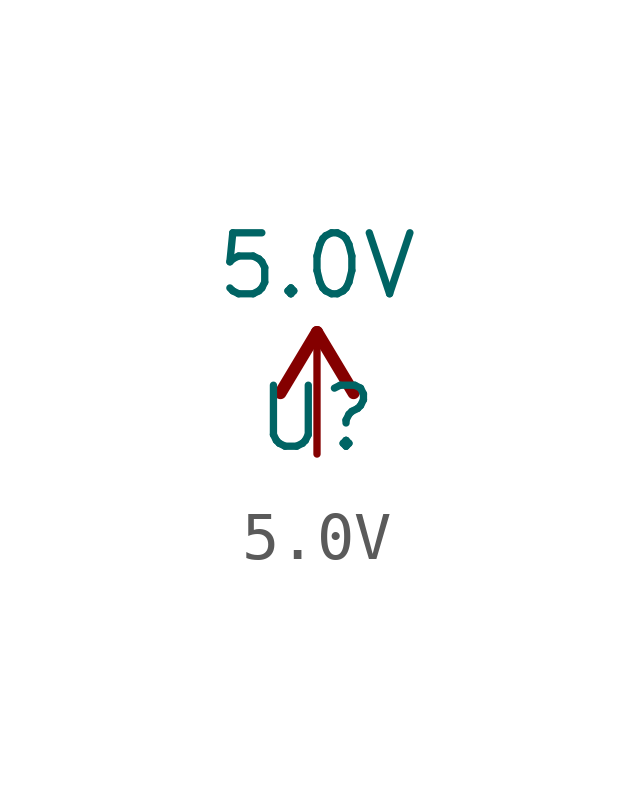
<source format=kicad_sym>
(kicad_symbol_lib
  (version 20211014)
  (generator kicad_symbol_editor)
  (symbol "5.0V"
    (pin_names
      (offset 1.016))
    (property "Reference" "U"
      (at 0 0 0)
      (effects (font (size 1.27 1.27)) (justify bottom)))
    (property "Value" "5.0V"
      (at 0.0 3.175 0)
      (effects (font (size 1.27 1.27)) (justify bottom)))
    (symbol "5.0V_0_0"
      (polyline (pts (xy 0.0 2.54) (xy -0.762 1.27)) (stroke (width 0.254)))
      (polyline (pts (xy 0.0 2.54) (xy 0.762 1.27)) (stroke (width 0.254)))
      (pin power_in line (at 0.0 0.0 90.0) (length 2.54) (name "~" (effects (font (size 1.016 1.016)))) (number "~" (effects (font (size 1.016 1.016))))))))
</source>
